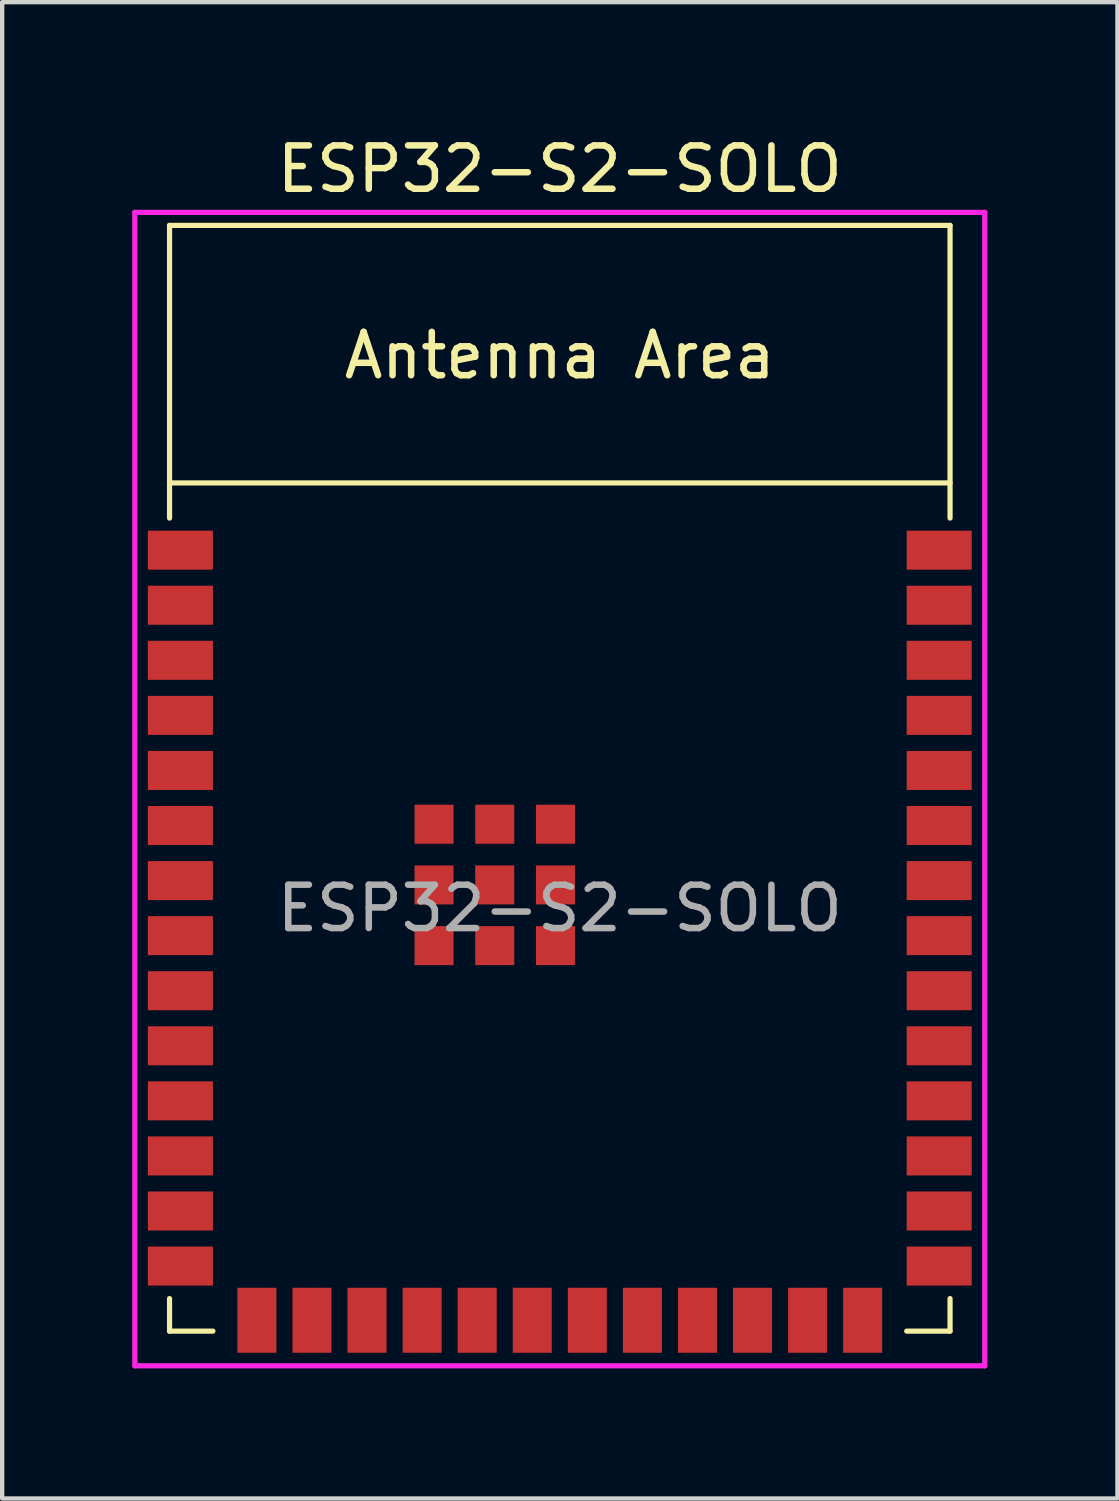
<source format=kicad_pcb>
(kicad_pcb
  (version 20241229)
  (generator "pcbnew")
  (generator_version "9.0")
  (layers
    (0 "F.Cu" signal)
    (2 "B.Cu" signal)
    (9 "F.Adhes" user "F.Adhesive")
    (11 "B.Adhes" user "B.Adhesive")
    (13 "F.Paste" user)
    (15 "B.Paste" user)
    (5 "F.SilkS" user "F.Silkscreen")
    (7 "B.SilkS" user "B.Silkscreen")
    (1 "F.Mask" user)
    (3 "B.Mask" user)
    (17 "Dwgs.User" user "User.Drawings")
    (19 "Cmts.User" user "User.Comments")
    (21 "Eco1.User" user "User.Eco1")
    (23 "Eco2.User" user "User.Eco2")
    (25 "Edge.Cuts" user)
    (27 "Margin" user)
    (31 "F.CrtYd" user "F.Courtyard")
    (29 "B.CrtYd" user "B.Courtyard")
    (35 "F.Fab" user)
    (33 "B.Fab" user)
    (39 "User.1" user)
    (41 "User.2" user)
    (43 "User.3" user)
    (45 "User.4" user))
  (footprint "ESP32-S2-SOLO"
    (layer "F.Cu")
    (at 9.86 17.898)
    (property "Reference" "ESP32-S2-SOLO" (at 0 -17.05 0) (layer "F.SilkS") (effects (font (size 1 1) (thickness 0.15))))
    (attr smd)
    (fp_line (start -9 -15.75) (end -9 -9) (stroke (width 0.12) (type solid)) (layer "F.SilkS"))
    (fp_line (start -9 -15.75) (end 9 -15.75) (stroke (width 0.12) (type solid)) (layer "F.SilkS"))
    (fp_line (start -9 9) (end -9 9.75) (stroke (width 0.12) (type solid)) (layer "F.SilkS"))
    (fp_line (start -9 9.75) (end -8 9.75) (stroke (width 0.12) (type solid)) (layer "F.SilkS"))
    (fp_line (start 9 -15.75) (end 9 -9) (stroke (width 0.12) (type solid)) (layer "F.SilkS"))
    (fp_line (start 9 -9.81) (end -9 -9.81) (stroke (width 0.12) (type solid)) (layer "F.SilkS"))
    (fp_line (start 9 9) (end 9 9.75) (stroke (width 0.12) (type solid)) (layer "F.SilkS"))
    (fp_line (start 9 9.75) (end 8 9.75) (stroke (width 0.12) (type solid)) (layer "F.SilkS"))
    (fp_line (start -9 -15.75) (end 9 -15.75) (stroke (width 0.12) (type solid)) (layer "Eco2.User"))
    (fp_line (start -9 -9.81) (end 9 -9.81) (stroke (width 0.12) (type solid)) (layer "Eco2.User"))
    (fp_line (start -9 9.75) (end -9 -15.75) (stroke (width 0.12) (type solid)) (layer "Eco2.User"))
    (fp_line (start 9 -15.75) (end 9 9.75) (stroke (width 0.12) (type solid)) (layer "Eco2.User"))
    (fp_line (start 9 9.75) (end -9 9.75) (stroke (width 0.12) (type solid)) (layer "Eco2.User"))
    (fp_line (start -9.8 -16.05) (end -9.8 10.55) (stroke (width 0.12) (type solid)) (layer "F.CrtYd"))
    (fp_line (start -9.8 10.55) (end 9.8 10.55) (stroke (width 0.12) (type solid)) (layer "F.CrtYd"))
    (fp_line (start 9.8 -16.05) (end -9.8 -16.05) (stroke (width 0.12) (type solid)) (layer "F.CrtYd"))
    (fp_line (start 9.8 -16.05) (end 9.8 10.55) (stroke (width 0.12) (type solid)) (layer "F.CrtYd"))
    (fp_text user "Antenna Area" (at 0 -12.75 0) (layer "F.SilkS") (effects (font (size 1 1) (thickness 0.15))))
    (fp_text user "Antenna Area" (at 0 -12.75 0) (layer "Eco2.User") (effects (font (size 1 1) (thickness 0.15))))
    (fp_text user "${REFERENCE}" (at 0 0 0) (layer "F.Fab") (effects (font (size 1 1) (thickness 0.15))))
    (pad "1" smd rect (at -8.75 -8.26) (size 1.5 0.9) (layers "F.Cu" "F.Mask" "F.Paste"))
    (pad "2" smd rect (at -8.75 -6.99) (size 1.5 0.9) (layers "F.Cu" "F.Mask" "F.Paste"))
    (pad "3" smd rect (at -8.75 -5.72) (size 1.5 0.9) (layers "F.Cu" "F.Mask" "F.Paste"))
    (pad "4" smd rect (at -8.75 -4.45) (size 1.5 0.9) (layers "F.Cu" "F.Mask" "F.Paste"))
    (pad "5" smd rect (at -8.75 -3.18) (size 1.5 0.9) (layers "F.Cu" "F.Mask" "F.Paste"))
    (pad "6" smd rect (at -8.75 -1.91) (size 1.5 0.9) (layers "F.Cu" "F.Mask" "F.Paste"))
    (pad "7" smd rect (at -8.75 -0.64) (size 1.5 0.9) (layers "F.Cu" "F.Mask" "F.Paste"))
    (pad "8" smd rect (at -8.75 0.63) (size 1.5 0.9) (layers "F.Cu" "F.Mask" "F.Paste"))
    (pad "9" smd rect (at -8.75 1.9) (size 1.5 0.9) (layers "F.Cu" "F.Mask" "F.Paste"))
    (pad "10" smd rect (at -8.75 3.17) (size 1.5 0.9) (layers "F.Cu" "F.Mask" "F.Paste"))
    (pad "11" smd rect (at -8.75 4.44) (size 1.5 0.9) (layers "F.Cu" "F.Mask" "F.Paste"))
    (pad "12" smd rect (at -8.75 5.71) (size 1.5 0.9) (layers "F.Cu" "F.Mask" "F.Paste"))
    (pad "13" smd rect (at -8.75 6.98) (size 1.5 0.9) (layers "F.Cu" "F.Mask" "F.Paste"))
    (pad "14" smd rect (at -8.75 8.25) (size 1.5 0.9) (layers "F.Cu" "F.Mask" "F.Paste"))
    (pad "15" smd rect (at -6.985 9.5 90) (size 1.5 0.9) (layers "F.Cu" "F.Mask" "F.Paste"))
    (pad "16" smd rect (at -5.715 9.5 90) (size 1.5 0.9) (layers "F.Cu" "F.Mask" "F.Paste"))
    (pad "17" smd rect (at -4.445 9.5 90) (size 1.5 0.9) (layers "F.Cu" "F.Mask" "F.Paste"))
    (pad "18" smd rect (at -3.175 9.5 90) (size 1.5 0.9) (layers "F.Cu" "F.Mask" "F.Paste"))
    (pad "19" smd rect (at -1.905 9.5 90) (size 1.5 0.9) (layers "F.Cu" "F.Mask" "F.Paste"))
    (pad "20" smd rect (at -0.635 9.5 90) (size 1.5 0.9) (layers "F.Cu" "F.Mask" "F.Paste"))
    (pad "21" smd rect (at 0.635 9.5 90) (size 1.5 0.9) (layers "F.Cu" "F.Mask" "F.Paste"))
    (pad "22" smd rect (at 1.905 9.5 90) (size 1.5 0.9) (layers "F.Cu" "F.Mask" "F.Paste"))
    (pad "23" smd rect (at 3.175 9.5 90) (size 1.5 0.9) (layers "F.Cu" "F.Mask" "F.Paste"))
    (pad "24" smd rect (at 4.445 9.5 90) (size 1.5 0.9) (layers "F.Cu" "F.Mask" "F.Paste"))
    (pad "25" smd rect (at 5.715 9.5 90) (size 1.5 0.9) (layers "F.Cu" "F.Mask" "F.Paste"))
    (pad "26" smd rect (at 6.985 9.5 90) (size 1.5 0.9) (layers "F.Cu" "F.Mask" "F.Paste"))
    (pad "27" smd rect (at 8.75 8.25 180) (size 1.5 0.9) (layers "F.Cu" "F.Mask" "F.Paste"))
    (pad "28" smd rect (at 8.75 6.98 180) (size 1.5 0.9) (layers "F.Cu" "F.Mask" "F.Paste"))
    (pad "29" smd rect (at 8.75 5.71 180) (size 1.5 0.9) (layers "F.Cu" "F.Mask" "F.Paste"))
    (pad "30" smd rect (at 8.75 4.44 180) (size 1.5 0.9) (layers "F.Cu" "F.Mask" "F.Paste"))
    (pad "31" smd rect (at 8.75 3.17 180) (size 1.5 0.9) (layers "F.Cu" "F.Mask" "F.Paste"))
    (pad "32" smd rect (at 8.75 1.9 180) (size 1.5 0.9) (layers "F.Cu" "F.Mask" "F.Paste"))
    (pad "33" smd rect (at 8.75 0.63 180) (size 1.5 0.9) (layers "F.Cu" "F.Mask" "F.Paste"))
    (pad "34" smd rect (at 8.75 -0.64 180) (size 1.5 0.9) (layers "F.Cu" "F.Mask" "F.Paste"))
    (pad "35" smd rect (at 8.75 -1.91 180) (size 1.5 0.9) (layers "F.Cu" "F.Mask" "F.Paste"))
    (pad "36" smd rect (at 8.75 -3.18 180) (size 1.5 0.9) (layers "F.Cu" "F.Mask" "F.Paste"))
    (pad "37" smd rect (at 8.75 -4.45 180) (size 1.5 0.9) (layers "F.Cu" "F.Mask" "F.Paste"))
    (pad "38" smd rect (at 8.75 -5.72 180) (size 1.5 0.9) (layers "F.Cu" "F.Mask" "F.Paste"))
    (pad "39" smd rect (at 8.75 -6.99 180) (size 1.5 0.9) (layers "F.Cu" "F.Mask" "F.Paste"))
    (pad "40" smd rect (at 8.75 -8.26 180) (size 1.5 0.9) (layers "F.Cu" "F.Mask" "F.Paste"))
    (pad "41" smd rect (at -2.9 -1.94 180) (size 0.9 0.9) (layers "F.Cu" "F.Mask" "F.Paste"))
    (pad "41" smd rect (at -2.9 -0.54 180) (size 0.9 0.9) (layers "F.Cu" "F.Mask" "F.Paste"))
    (pad "41" smd rect (at -2.9 0.86 180) (size 0.9 0.9) (layers "F.Cu" "F.Mask" "F.Paste"))
    (pad "41" smd rect (at -1.5 -1.94 180) (size 0.9 0.9) (layers "F.Cu" "F.Mask" "F.Paste"))
    (pad "41" smd rect (at -1.5 -0.54 180) (size 0.9 0.9) (layers "F.Cu" "F.Mask" "F.Paste"))
    (pad "41" smd rect (at -1.5 0.86 180) (size 0.9 0.9) (layers "F.Cu" "F.Mask" "F.Paste"))
    (pad "41" smd rect (at -0.1 -1.94 180) (size 0.9 0.9) (layers "F.Cu" "F.Mask" "F.Paste"))
    (pad "41" smd rect (at -0.1 -0.54 180) (size 0.9 0.9) (layers "F.Cu" "F.Mask" "F.Paste"))
    (pad "41" smd rect (at -0.1 0.86 180) (size 0.9 0.9) (layers "F.Cu" "F.Mask" "F.Paste"))
    (zone (net_name "") (layers "F.Cu" "B.Cu") (name "antenna keepout") (hatch edge 0.5) (connect_pads) (min_thickness 0.25) (filled_areas_thickness no) (keepout (tracks not_allowed) (vias not_allowed) (pads not_allowed) (copperpour not_allowed) (footprints not_allowed)) (placement (enabled no)) (fill) (polygon (pts (xy 0.86 8.098) (xy 0.86 2.148) (xy 18.86 2.148) (xy 18.86 8.098)))))
  (gr_rect
    (start -3 -3)
    (end 22.72 31.508)
    (stroke (width 0.1) (type default))
    (fill no)
    (layer "Edge.Cuts")))
</source>
